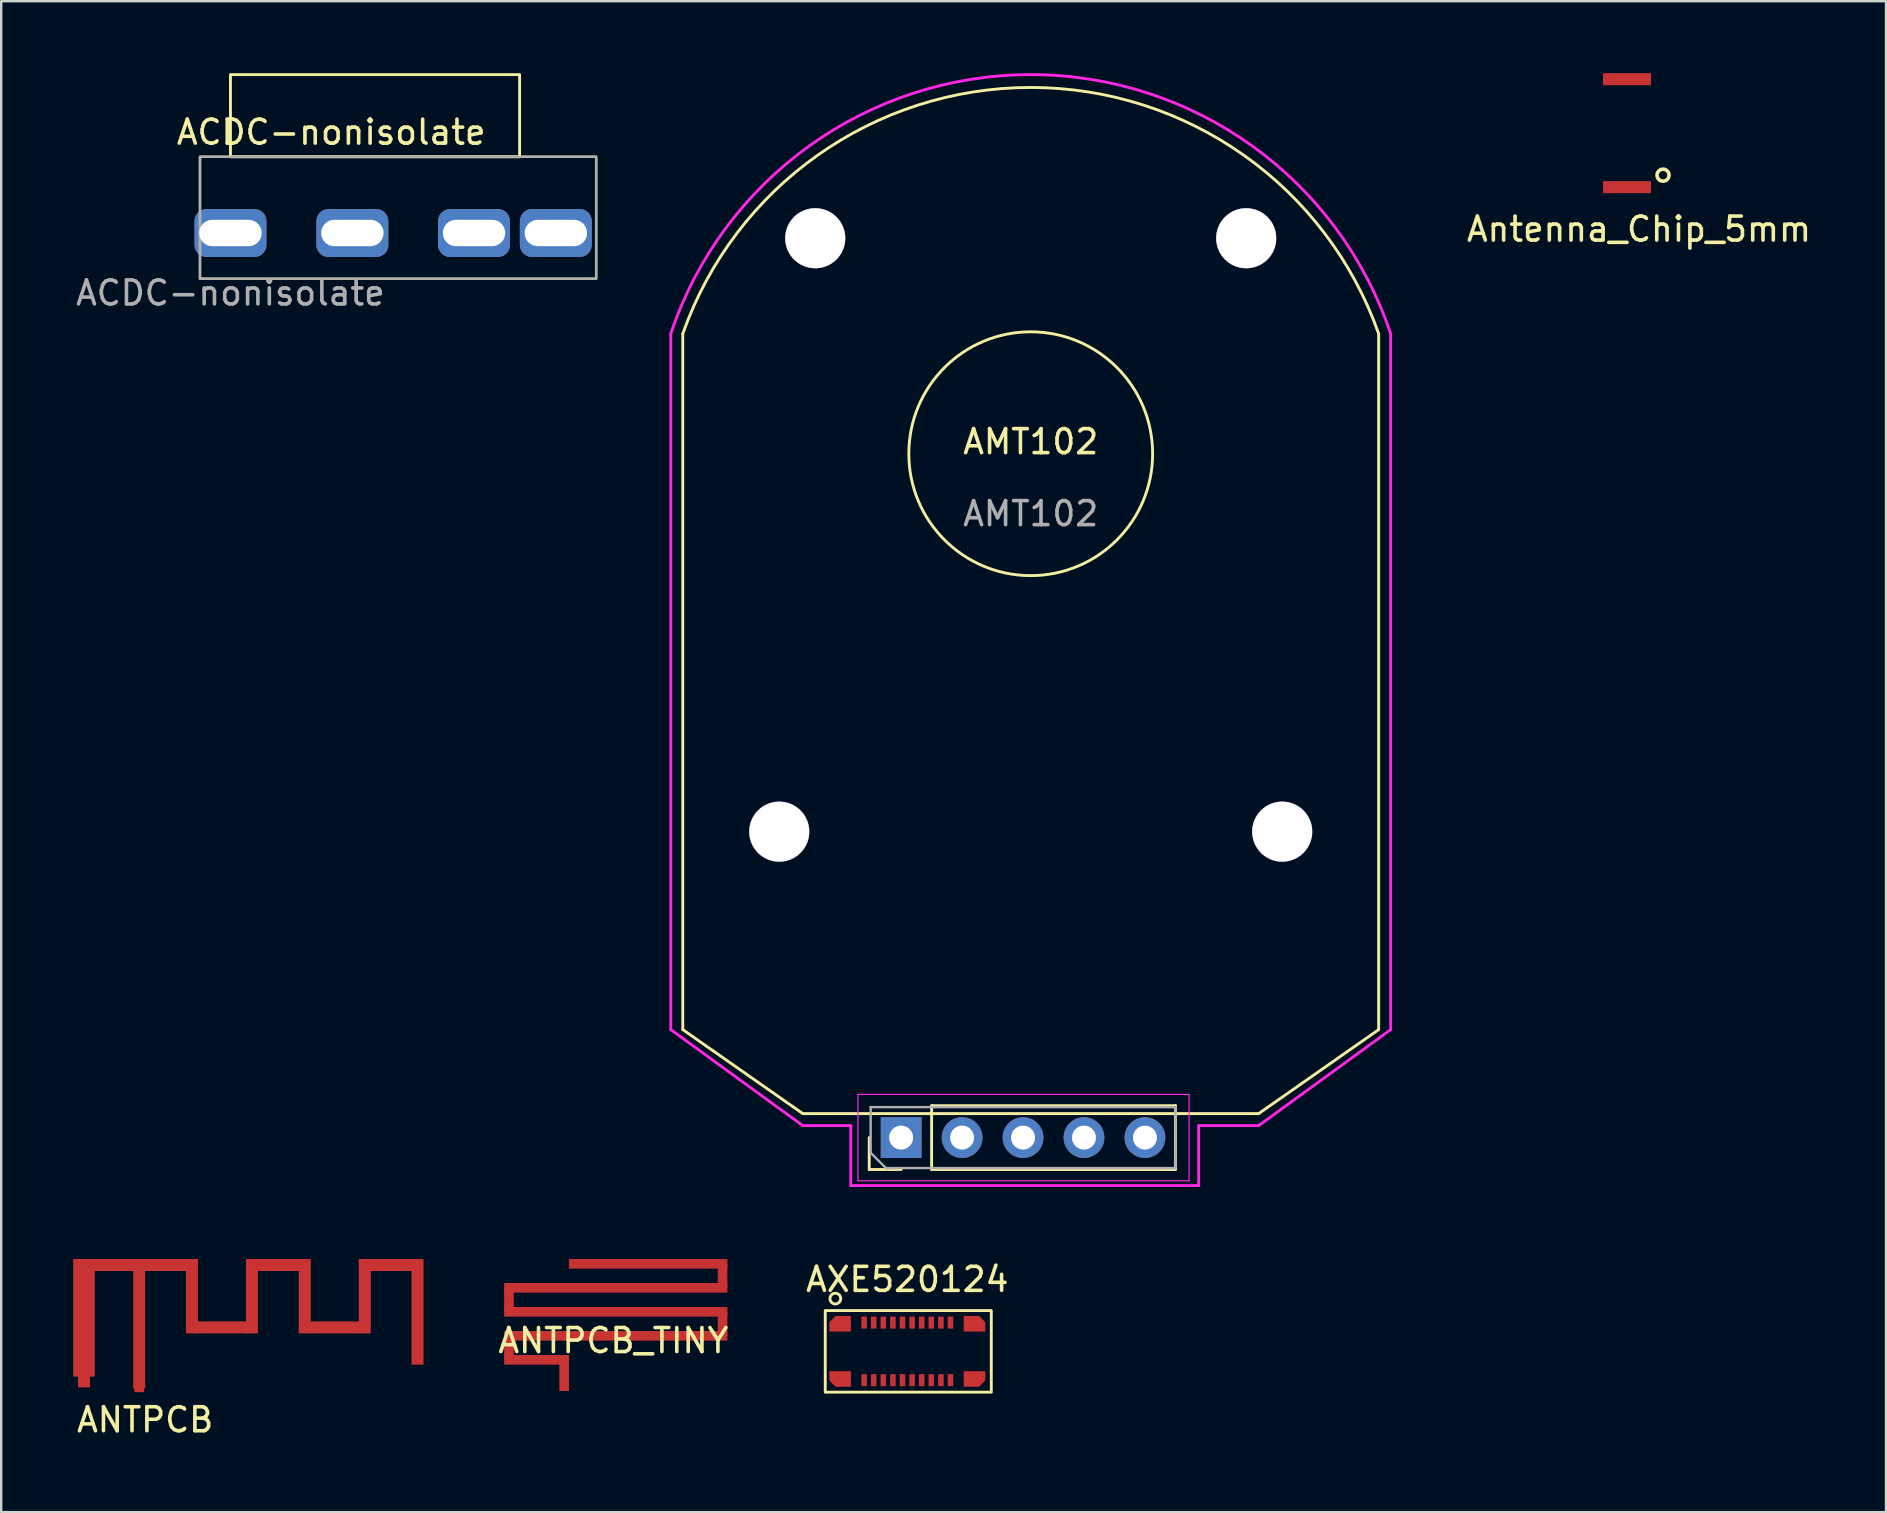
<source format=kicad_pcb>
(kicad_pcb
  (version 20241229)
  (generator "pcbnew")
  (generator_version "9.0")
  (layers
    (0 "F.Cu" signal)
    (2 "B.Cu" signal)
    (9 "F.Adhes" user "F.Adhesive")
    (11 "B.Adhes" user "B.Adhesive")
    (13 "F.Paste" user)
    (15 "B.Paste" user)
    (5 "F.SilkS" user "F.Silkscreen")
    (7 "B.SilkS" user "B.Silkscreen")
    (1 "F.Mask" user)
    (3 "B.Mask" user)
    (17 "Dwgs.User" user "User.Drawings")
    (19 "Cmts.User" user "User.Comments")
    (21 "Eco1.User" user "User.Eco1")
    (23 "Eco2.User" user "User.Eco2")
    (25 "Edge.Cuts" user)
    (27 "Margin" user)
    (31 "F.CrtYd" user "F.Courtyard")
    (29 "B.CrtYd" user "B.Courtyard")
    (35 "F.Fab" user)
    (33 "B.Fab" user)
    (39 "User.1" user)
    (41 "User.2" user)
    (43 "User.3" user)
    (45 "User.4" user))
  (footprint "ACDC-nonisolate"
    (layer "F.Cu")
    (at 6.554 6.66)
    (property "Reference" "ACDC-nonisolate" (at 4.2 -4.2 0) (unlocked yes) (layer "F.SilkS") (effects (font (size 1 1) (thickness 0.15))))
    (attr through_hole)
    (fp_rect (start -1.27 -3.175) (end 15.24 1.905) (stroke (width 0.1) (type solid)) (fill no) (layer "F.SilkS"))
    (fp_rect (start 0 -6.6) (end 12.05 -3.175) (stroke (width 0.12) (type solid)) (fill no) (layer "F.SilkS"))
    (fp_rect (start -1.27 -3.175) (end 15.24 1.905) (stroke (width 0.1) (type solid)) (fill no) (layer "F.Fab"))
    (fp_text user "${REFERENCE}" (at 0 2.5 0) (unlocked yes) (layer "F.Fab") (effects (font (size 1 1) (thickness 0.15))))
    (pad "1" thru_hole roundrect (at 0 0) (size 3 2) (drill oval 2.6 1.1) (layers "*.Cu" "*.Mask") (roundrect_rratio 0.25))
    (pad "2" thru_hole roundrect (at 5.08 0) (size 3 2) (drill oval 2.6 1.1) (layers "*.Cu" "*.Mask") (roundrect_rratio 0.25))
    (pad "3" thru_hole roundrect (at 10.15 0) (size 3 2) (drill oval 2.6 1.1) (layers "*.Cu" "*.Mask") (roundrect_rratio 0.25))
    (pad "4" thru_hole roundrect (at 13.56 0) (size 3 2) (drill oval 2.6 1.1) (layers "*.Cu" "*.Mask") (roundrect_rratio 0.25)))
  (footprint "Antenna_Chip_5mm"
    (layer "F.Cu")
    (at 64.755 5)
    (property "Reference" "Antenna_Chip_5mm" (at 0.5 1.5 0) (layer "F.SilkS") (effects (font (size 1 1) (thickness 0.15))))
    (attr through_hole)
    (fp_circle (center 1.5 -0.75) (end 1.5 -0.5) (stroke (width 0.15) (type solid)) (fill no) (layer "F.SilkS"))
    (pad "1" smd rect (at 0 -0.25) (size 2 0.5) (layers "F.Cu" "F.Mask" "F.Paste"))
    (pad "2" smd rect (at 0 -4.75) (size 2 0.5) (layers "F.Cu" "F.Mask" "F.Paste")))
  (footprint "AXE520124"
    (layer "F.Cu")
    (at 34.761 53.267)
    (property "Reference" "AXE520124" (at 0 -3 0) (layer "F.SilkS") (effects (font (size 1 1) (thickness 0.15))))
    (attr through_hole)
    (fp_rect (start -3.42 -1.7) (end 3.5 1.7) (stroke (width 0.12) (type default)) (fill no) (layer "F.SilkS"))
    (fp_circle (center -3 -2.2) (end -2.8 -2.1) (stroke (width 0.12) (type default)) (fill no) (layer "F.SilkS"))
    (pad "" smd roundrect (at -2.8 -1.15 180) (size 0.9 0.65) (layers "F.Cu" "F.Mask" "F.Paste") (roundrect_rratio 0) (chamfer_ratio 0.4) (chamfer bottom_right))
    (pad "" smd roundrect (at -2.8 1.15 180) (size 0.9 0.65) (layers "F.Cu" "F.Mask" "F.Paste") (roundrect_rratio 0) (chamfer_ratio 0.4) (chamfer top_right))
    (pad "" smd roundrect (at 2.8 -1.15 180) (size 0.9 0.65) (layers "F.Cu" "F.Mask" "F.Paste") (roundrect_rratio 0) (chamfer_ratio 0.4) (chamfer bottom_left))
    (pad "" smd roundrect (at 2.8 1.15 180) (size 0.9 0.65) (layers "F.Cu" "F.Mask" "F.Paste") (roundrect_rratio 0) (chamfer_ratio 0.4) (chamfer top_left))
    (pad "1" smd rect (at -1.8 -1.2 180) (size 0.23 0.5) (layers "F.Cu" "F.Mask" "F.Paste"))
    (pad "2" smd rect (at -1.8 1.2 180) (size 0.23 0.5) (layers "F.Cu" "F.Mask" "F.Paste"))
    (pad "3" smd rect (at -1.4 -1.2 180) (size 0.23 0.5) (layers "F.Cu" "F.Mask" "F.Paste"))
    (pad "4" smd rect (at -1.4 1.2 180) (size 0.23 0.5) (layers "F.Cu" "F.Mask" "F.Paste"))
    (pad "5" smd rect (at -1 -1.2 180) (size 0.23 0.5) (layers "F.Cu" "F.Mask" "F.Paste"))
    (pad "6" smd rect (at -1 1.2 180) (size 0.23 0.5) (layers "F.Cu" "F.Mask" "F.Paste"))
    (pad "7" smd rect (at -0.6 -1.2 180) (size 0.23 0.5) (layers "F.Cu" "F.Mask" "F.Paste"))
    (pad "8" smd rect (at -0.6 1.2 180) (size 0.23 0.5) (layers "F.Cu" "F.Mask" "F.Paste"))
    (pad "9" smd rect (at -0.2 -1.2 180) (size 0.23 0.5) (layers "F.Cu" "F.Mask" "F.Paste"))
    (pad "10" smd rect (at -0.2 1.2 180) (size 0.23 0.5) (layers "F.Cu" "F.Mask" "F.Paste"))
    (pad "11" smd rect (at 0.2 -1.2 180) (size 0.23 0.5) (layers "F.Cu" "F.Mask" "F.Paste"))
    (pad "12" smd rect (at 0.2 1.2 180) (size 0.23 0.5) (layers "F.Cu" "F.Mask" "F.Paste"))
    (pad "13" smd rect (at 0.6 -1.2 180) (size 0.23 0.5) (layers "F.Cu" "F.Mask" "F.Paste"))
    (pad "14" smd rect (at 0.6 1.2 180) (size 0.23 0.5) (layers "F.Cu" "F.Mask" "F.Paste"))
    (pad "15" smd rect (at 1 -1.2 180) (size 0.23 0.5) (layers "F.Cu" "F.Mask" "F.Paste"))
    (pad "16" smd rect (at 1 1.2 180) (size 0.23 0.5) (layers "F.Cu" "F.Mask" "F.Paste"))
    (pad "17" smd rect (at 1.4 -1.2 180) (size 0.23 0.5) (layers "F.Cu" "F.Mask" "F.Paste"))
    (pad "18" smd rect (at 1.4 1.2 180) (size 0.23 0.5) (layers "F.Cu" "F.Mask" "F.Paste"))
    (pad "19" smd rect (at 1.8 -1.2 180) (size 0.23 0.5) (layers "F.Cu" "F.Mask" "F.Paste"))
    (pad "20" smd rect (at 1.8 1.2 180) (size 0.23 0.5) (layers "F.Cu" "F.Mask" "F.Paste")))
  (footprint "ANTPCB_TINY"
    (layer "F.Cu")
    (at 22.611 50.818)
    (property "Reference" "ANTPCB_TINY" (at -0.1 2 0) (layer "F.SilkS") (effects (font (size 1 1) (thickness 0.15))))
    (attr through_hole)
    (pad "" smd rect (at -4.45 0.3) (size 0.4 1) (layers "F.Cu"))
    (pad "" smd rect (at -4.45 2.3) (size 0.4 1) (layers "F.Cu"))
    (pad "" smd rect (at -3.3 2.8) (size 2.7 0.4) (layers "F.Cu"))
    (pad "" smd rect (at 0 -0.2) (size 9.3 0.4) (layers "F.Cu"))
    (pad "" smd rect (at 0 0.8) (size 9.3 0.4) (layers "F.Cu"))
    (pad "" smd rect (at 0 1.8) (size 9.3 0.4) (layers "F.Cu"))
    (pad "" smd rect (at 1.35 -1.2) (size 6.6 0.4) (layers "F.Cu"))
    (pad "" smd rect (at 4.45 -0.7) (size 0.4 1) (layers "F.Cu"))
    (pad "" smd rect (at 4.45 1.3) (size 0.4 1) (layers "F.Cu"))
    (pad "1" smd rect (at -2.15 3.35) (size 0.4 1.5) (layers "F.Cu")))
  (footprint "ANTPCB"
    (layer "F.Cu")
    (at 2.75 54.618)
    (property "Reference" "ANTPCB" (at 0.25 1.5 0) (layer "F.SilkS") (effects (font (size 1 1) (thickness 0.15))))
    (attr through_hole)
    (pad "" smd rect (at -2.3 -2.75) (size 0.9 4.9) (layers "F.Cu"))
    (pad "" smd rect (at -1.2 -4.95) (size 2.2 0.5) (layers "F.Cu"))
    (pad "" smd rect (at 0 -2.5) (size 0.5 5.4) (layers "F.Cu"))
    (pad "" smd rect (at 1.05 -4.95) (size 2.2 0.5) (layers "F.Cu"))
    (pad "" smd rect (at 2.2 -3.65) (size 0.5 3.1) (layers "F.Cu"))
    (pad "" smd rect (at 3.45 -2.35) (size 2.2 0.5) (layers "F.Cu"))
    (pad "" smd rect (at 4.7 -3.65) (size 0.5 3.1) (layers "F.Cu"))
    (pad "" smd rect (at 5.8 -4.95) (size 2.2 0.5) (layers "F.Cu"))
    (pad "" smd rect (at 6.9 -3.65) (size 0.5 3.1) (layers "F.Cu"))
    (pad "" smd rect (at 8.15 -2.35) (size 2.2 0.5) (layers "F.Cu"))
    (pad "" smd rect (at 9.4 -3.65) (size 0.5 3.1) (layers "F.Cu"))
    (pad "" smd rect (at 10.6 -4.95) (size 2.2 0.5) (layers "F.Cu"))
    (pad "" smd rect (at 11.6 -3) (size 0.5 4.4) (layers "F.Cu"))
    (pad "1" smd rect (at 0 0.15) (size 0.4 0.4) (layers "F.Cu"))
    (pad "2" smd rect (at -2.3 -0.1) (size 0.5 0.5) (layers "F.Cu")))
  (footprint "AMT102"
    (layer "F.Cu")
    (at 39.904 15.858)
    (property "Reference" "AMT102" (at 0 -0.5 0) (unlocked yes) (layer "F.SilkS") (effects (font (size 1 1) (thickness 0.15))))
    (fp_line (start -14.5 -5) (end -14.5 24) (stroke (width 0.12) (type solid)) (layer "F.SilkS"))
    (fp_line (start -9.5 27.5) (end -14.5 24) (stroke (width 0.12) (type solid)) (layer "F.SilkS"))
    (fp_line (start -9.5 27.5) (end 9.5 27.5) (stroke (width 0.12) (type solid)) (layer "F.SilkS"))
    (fp_line (start -6.73 29.83) (end -6.73 28.5) (stroke (width 0.12) (type solid)) (layer "F.SilkS"))
    (fp_line (start -5.4 29.83) (end -6.73 29.83) (stroke (width 0.12) (type solid)) (layer "F.SilkS"))
    (fp_line (start -4.13 27.17) (end 6.03 27.17) (stroke (width 0.12) (type solid)) (layer "F.SilkS"))
    (fp_line (start -4.13 29.83) (end -4.13 27.17) (stroke (width 0.12) (type solid)) (layer "F.SilkS"))
    (fp_line (start -4.13 29.83) (end 6.03 29.83) (stroke (width 0.12) (type solid)) (layer "F.SilkS"))
    (fp_line (start 6.03 29.83) (end 6.03 27.17) (stroke (width 0.12) (type solid)) (layer "F.SilkS"))
    (fp_line (start 9.5 27.5) (end 14.5 24) (stroke (width 0.12) (type solid)) (layer "F.SilkS"))
    (fp_line (start 14.5 -5) (end 14.5 24) (stroke (width 0.12) (type solid)) (layer "F.SilkS"))
    (fp_arc (start -14.5 -5) (mid 0 -15.263101) (end 14.5 -5) (stroke (width 0.12) (type solid)) (layer "F.SilkS"))
    (fp_circle (center 0 0) (end 5.08 0) (stroke (width 0.12) (type solid)) (fill no) (layer "F.SilkS"))
    (fp_line (start -15 -5) (end -15 24) (stroke (width 0.12) (type solid)) (layer "F.CrtYd"))
    (fp_line (start -15 24) (end -9.5 28) (stroke (width 0.12) (type solid)) (layer "F.CrtYd"))
    (fp_line (start -9.5 28) (end -7.5 28) (stroke (width 0.12) (type solid)) (layer "F.CrtYd"))
    (fp_line (start -7.5 28) (end -7.5 30.5) (stroke (width 0.12) (type solid)) (layer "F.CrtYd"))
    (fp_line (start -7.5 30.5) (end 7 30.5) (stroke (width 0.12) (type solid)) (layer "F.CrtYd"))
    (fp_line (start -7.2 26.7) (end -7.2 30.3) (stroke (width 0.05) (type solid)) (layer "F.CrtYd"))
    (fp_line (start -7.2 30.3) (end 6.6 30.3) (stroke (width 0.05) (type solid)) (layer "F.CrtYd"))
    (fp_line (start 6.6 26.7) (end -7.2 26.7) (stroke (width 0.05) (type solid)) (layer "F.CrtYd"))
    (fp_line (start 6.6 30.3) (end 6.6 26.7) (stroke (width 0.05) (type solid)) (layer "F.CrtYd"))
    (fp_line (start 7 28) (end 9.5 28) (stroke (width 0.12) (type solid)) (layer "F.CrtYd"))
    (fp_line (start 7 30.5) (end 7 28) (stroke (width 0.12) (type solid)) (layer "F.CrtYd"))
    (fp_line (start 9.5 28) (end 15 24) (stroke (width 0.12) (type solid)) (layer "F.CrtYd"))
    (fp_line (start 15 24) (end 15 -5) (stroke (width 0.12) (type solid)) (layer "F.CrtYd"))
    (fp_arc (start -15 -5) (mid -0.000001 -15.798454) (end 14.999998 -4.999999) (stroke (width 0.12) (type solid)) (layer "F.CrtYd"))
    (fp_line (start -6.67 27.23) (end 6.03 27.23) (stroke (width 0.1) (type solid)) (layer "F.Fab"))
    (fp_line (start -6.67 29.135) (end -6.67 27.23) (stroke (width 0.1) (type solid)) (layer "F.Fab"))
    (fp_line (start -6.035 29.77) (end -6.67 29.135) (stroke (width 0.1) (type solid)) (layer "F.Fab"))
    (fp_line (start 6.03 27.23) (end 6.03 29.77) (stroke (width 0.1) (type solid)) (layer "F.Fab"))
    (fp_line (start 6.03 29.77) (end -6.035 29.77) (stroke (width 0.1) (type solid)) (layer "F.Fab"))
    (fp_text user "${REFERENCE}" (at 0 2.5 0) (unlocked yes) (layer "F.Fab") (effects (font (size 1 1) (thickness 0.15))))
    (pad "" np_thru_hole circle (at -10.48 15.75) (size 2.51 2.51) (drill 2.5) (layers "*.Cu" "*.Mask"))
    (pad "" np_thru_hole circle (at -8.98 -8.98) (size 2.51 2.51) (drill 2.5) (layers "*.Cu" "*.Mask"))
    (pad "" np_thru_hole circle (at 8.98 -8.98) (size 2.51 2.51) (drill 2.5) (layers "*.Cu" "*.Mask"))
    (pad "" np_thru_hole circle (at 10.48 15.75) (size 2.51 2.51) (drill 2.5) (layers "*.Cu" "*.Mask"))
    (pad "1" thru_hole rect (at -5.4 28.5 90) (size 1.7 1.7) (drill 1) (layers "*.Cu" "*.Mask"))
    (pad "2" thru_hole oval (at -2.86 28.5 90) (size 1.7 1.7) (drill 1) (layers "*.Cu" "*.Mask"))
    (pad "3" thru_hole oval (at -0.32 28.5 90) (size 1.7 1.7) (drill 1) (layers "*.Cu" "*.Mask"))
    (pad "4" thru_hole oval (at 2.22 28.5 90) (size 1.7 1.7) (drill 1) (layers "*.Cu" "*.Mask"))
    (pad "5" thru_hole oval (at 4.76 28.5 90) (size 1.7 1.7) (drill 1) (layers "*.Cu" "*.Mask")))
  (gr_rect
    (start -3 -3)
    (end 75.547 59.967)
    (stroke (width 0.1) (type default))
    (fill no)
    (layer "Edge.Cuts")))
</source>
